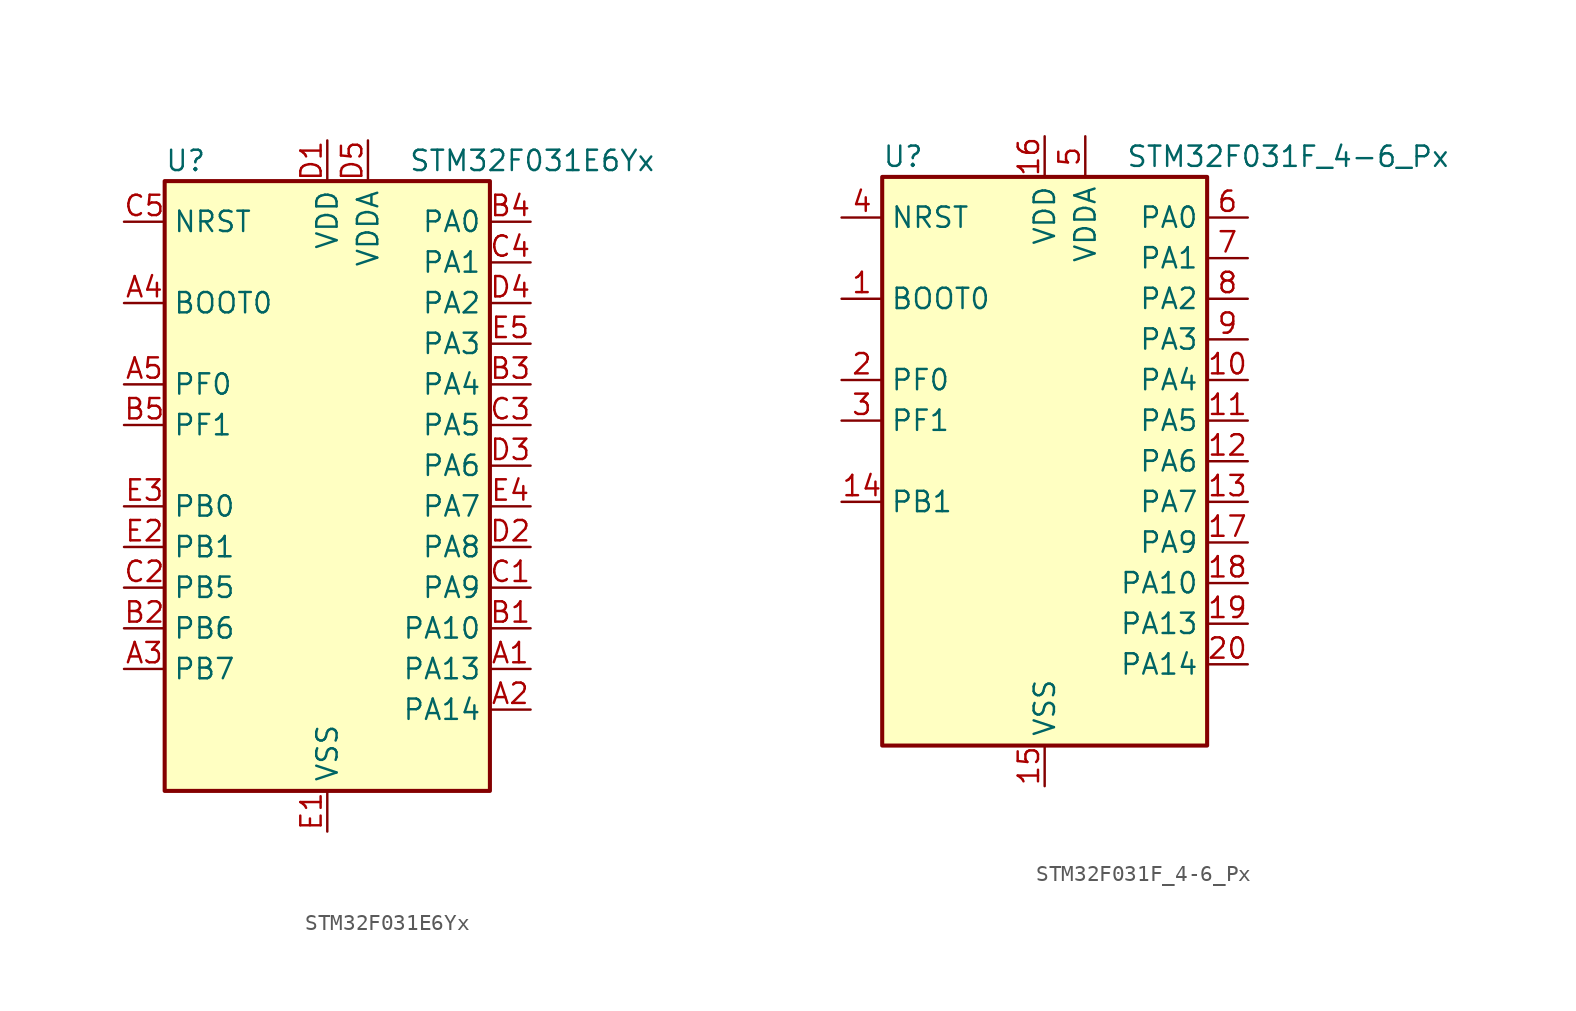
<source format=kicad_sym>
(kicad_symbol_lib
  (version 20231120)
  (generator "kicad_symbol_editor")
  (generator_version "8.0")
  (symbol "STM32F031E6Yx"
    (property "Reference" "U"
      (at -10.16 21.59 0)
      (effects (font (size 1.27 1.27)) (justify left)))
    (property "Value" "STM32F031E6Yx"
      (at 5.08 21.59 0)
      (effects (font (size 1.27 1.27)) (justify left)))
    (property "ki_locked" ""
      (at 0 0 0)
      (effects (font (size 1.27 1.27))))
    (symbol "STM32F031E6Yx_0_1"
      (rectangle (start -10.16 -17.78) (end 10.16 20.32) (stroke (width 0.254) (type default)) (fill (type background))))
    (symbol "STM32F031E6Yx_1_1"
      (pin bidirectional line (at 12.7 -10.16 180) (length 2.54) (name "PA13" (effects (font (size 1.27 1.27)))) (number "A1" (effects (font (size 1.27 1.27)))) (alternate "IR_OUT" bidirectional line) (alternate "SYS_SWDIO" bidirectional line))
      (pin bidirectional line (at 12.7 -12.7 180) (length 2.54) (name "PA14" (effects (font (size 1.27 1.27)))) (number "A2" (effects (font (size 1.27 1.27)))) (alternate "SYS_SWCLK" bidirectional line) (alternate "USART1_TX" bidirectional line))
      (pin bidirectional line (at -12.7 -10.16 0) (length 2.54) (name "PB7" (effects (font (size 1.27 1.27)))) (number "A3" (effects (font (size 1.27 1.27)))) (alternate "I2C1_SDA" bidirectional line) (alternate "TIM17_CH1N" bidirectional line) (alternate "USART1_RX" bidirectional line))
      (pin input line (at -12.7 12.7 0) (length 2.54) (name "BOOT0" (effects (font (size 1.27 1.27)))) (number "A4" (effects (font (size 1.27 1.27)))))
      (pin bidirectional line (at -12.7 7.62 0) (length 2.54) (name "PF0" (effects (font (size 1.27 1.27)))) (number "A5" (effects (font (size 1.27 1.27)))) (alternate "RCC_OSC_IN" bidirectional line))
      (pin bidirectional line (at 12.7 -7.62 180) (length 2.54) (name "PA10" (effects (font (size 1.27 1.27)))) (number "B1" (effects (font (size 1.27 1.27)))) (alternate "I2C1_SDA" bidirectional line) (alternate "TIM17_BKIN" bidirectional line) (alternate "TIM1_CH3" bidirectional line) (alternate "USART1_RX" bidirectional line))
      (pin bidirectional line (at -12.7 -7.62 0) (length 2.54) (name "PB6" (effects (font (size 1.27 1.27)))) (number "B2" (effects (font (size 1.27 1.27)))) (alternate "I2C1_SCL" bidirectional line) (alternate "TIM16_CH1N" bidirectional line) (alternate "USART1_TX" bidirectional line))
      (pin bidirectional line (at 12.7 7.62 180) (length 2.54) (name "PA4" (effects (font (size 1.27 1.27)))) (number "B3" (effects (font (size 1.27 1.27)))) (alternate "ADC_IN4" bidirectional line) (alternate "I2S1_WS" bidirectional line) (alternate "SPI1_NSS" bidirectional line) (alternate "TIM14_CH1" bidirectional line) (alternate "USART1_CK" bidirectional line))
      (pin bidirectional line (at 12.7 17.78 180) (length 2.54) (name "PA0" (effects (font (size 1.27 1.27)))) (number "B4" (effects (font (size 1.27 1.27)))) (alternate "ADC_IN0" bidirectional line) (alternate "RTC_TAMP2" bidirectional line) (alternate "SYS_WKUP1" bidirectional line) (alternate "TIM2_CH1" bidirectional line) (alternate "TIM2_ETR" bidirectional line) (alternate "USART1_CTS" bidirectional line))
      (pin bidirectional line (at -12.7 5.08 0) (length 2.54) (name "PF1" (effects (font (size 1.27 1.27)))) (number "B5" (effects (font (size 1.27 1.27)))) (alternate "RCC_OSC_OUT" bidirectional line))
      (pin bidirectional line (at 12.7 -5.08 180) (length 2.54) (name "PA9" (effects (font (size 1.27 1.27)))) (number "C1" (effects (font (size 1.27 1.27)))) (alternate "I2C1_SCL" bidirectional line) (alternate "TIM1_CH2" bidirectional line) (alternate "USART1_TX" bidirectional line))
      (pin bidirectional line (at -12.7 -5.08 0) (length 2.54) (name "PB5" (effects (font (size 1.27 1.27)))) (number "C2" (effects (font (size 1.27 1.27)))) (alternate "I2C1_SMBA" bidirectional line) (alternate "I2S1_SD" bidirectional line) (alternate "SPI1_MOSI" bidirectional line) (alternate "TIM16_BKIN" bidirectional line) (alternate "TIM3_CH2" bidirectional line))
      (pin bidirectional line (at 12.7 5.08 180) (length 2.54) (name "PA5" (effects (font (size 1.27 1.27)))) (number "C3" (effects (font (size 1.27 1.27)))) (alternate "ADC_IN5" bidirectional line) (alternate "I2S1_CK" bidirectional line) (alternate "SPI1_SCK" bidirectional line) (alternate "TIM2_CH1" bidirectional line) (alternate "TIM2_ETR" bidirectional line))
      (pin bidirectional line (at 12.7 15.24 180) (length 2.54) (name "PA1" (effects (font (size 1.27 1.27)))) (number "C4" (effects (font (size 1.27 1.27)))) (alternate "ADC_IN1" bidirectional line) (alternate "TIM2_CH2" bidirectional line) (alternate "USART1_DE" bidirectional line) (alternate "USART1_RTS" bidirectional line))
      (pin input line (at -12.7 17.78 0) (length 2.54) (name "NRST" (effects (font (size 1.27 1.27)))) (number "C5" (effects (font (size 1.27 1.27)))))
      (pin power_in line (at 0 22.86 270) (length 2.54) (name "VDD" (effects (font (size 1.27 1.27)))) (number "D1" (effects (font (size 1.27 1.27)))))
      (pin bidirectional line (at 12.7 -2.54 180) (length 2.54) (name "PA8" (effects (font (size 1.27 1.27)))) (number "D2" (effects (font (size 1.27 1.27)))) (alternate "RCC_MCO" bidirectional line) (alternate "TIM1_CH1" bidirectional line) (alternate "USART1_CK" bidirectional line))
      (pin bidirectional line (at 12.7 2.54 180) (length 2.54) (name "PA6" (effects (font (size 1.27 1.27)))) (number "D3" (effects (font (size 1.27 1.27)))) (alternate "ADC_IN6" bidirectional line) (alternate "I2S1_MCK" bidirectional line) (alternate "SPI1_MISO" bidirectional line) (alternate "TIM16_CH1" bidirectional line) (alternate "TIM1_BKIN" bidirectional line) (alternate "TIM3_CH1" bidirectional line))
      (pin bidirectional line (at 12.7 12.7 180) (length 2.54) (name "PA2" (effects (font (size 1.27 1.27)))) (number "D4" (effects (font (size 1.27 1.27)))) (alternate "ADC_IN2" bidirectional line) (alternate "TIM2_CH3" bidirectional line) (alternate "USART1_TX" bidirectional line))
      (pin power_in line (at 2.54 22.86 270) (length 2.54) (name "VDDA" (effects (font (size 1.27 1.27)))) (number "D5" (effects (font (size 1.27 1.27)))))
      (pin power_in line (at 0 -20.32 90) (length 2.54) (name "VSS" (effects (font (size 1.27 1.27)))) (number "E1" (effects (font (size 1.27 1.27)))))
      (pin bidirectional line (at -12.7 -2.54 0) (length 2.54) (name "PB1" (effects (font (size 1.27 1.27)))) (number "E2" (effects (font (size 1.27 1.27)))) (alternate "ADC_IN9" bidirectional line) (alternate "TIM14_CH1" bidirectional line) (alternate "TIM1_CH3N" bidirectional line) (alternate "TIM3_CH4" bidirectional line))
      (pin bidirectional line (at -12.7 0 0) (length 2.54) (name "PB0" (effects (font (size 1.27 1.27)))) (number "E3" (effects (font (size 1.27 1.27)))) (alternate "ADC_IN8" bidirectional line) (alternate "TIM1_CH2N" bidirectional line) (alternate "TIM3_CH3" bidirectional line))
      (pin bidirectional line (at 12.7 0 180) (length 2.54) (name "PA7" (effects (font (size 1.27 1.27)))) (number "E4" (effects (font (size 1.27 1.27)))) (alternate "ADC_IN7" bidirectional line) (alternate "I2S1_SD" bidirectional line) (alternate "SPI1_MOSI" bidirectional line) (alternate "TIM14_CH1" bidirectional line) (alternate "TIM17_CH1" bidirectional line) (alternate "TIM1_CH1N" bidirectional line) (alternate "TIM3_CH2" bidirectional line))
      (pin bidirectional line (at 12.7 10.16 180) (length 2.54) (name "PA3" (effects (font (size 1.27 1.27)))) (number "E5" (effects (font (size 1.27 1.27)))) (alternate "ADC_IN3" bidirectional line) (alternate "TIM2_CH4" bidirectional line) (alternate "USART1_RX" bidirectional line))))
  (symbol "STM32F031F_4-6_Px"
    (property "Reference" "U"
      (at -10.16 19.05 0)
      (effects (font (size 1.27 1.27)) (justify left)))
    (property "Value" "STM32F031F_4-6_Px"
      (at 5.08 19.05 0)
      (effects (font (size 1.27 1.27)) (justify left)))
    (property "ki_locked" ""
      (at 0 0 0)
      (effects (font (size 1.27 1.27))))
    (symbol "STM32F031F_4-6_Px_0_1"
      (rectangle (start -10.16 -17.78) (end 10.16 17.78) (stroke (width 0.254) (type default)) (fill (type background))))
    (symbol "STM32F031F_4-6_Px_1_1"
      (pin input line (at -12.7 10.16 0) (length 2.54) (name "BOOT0" (effects (font (size 1.27 1.27)))) (number "1" (effects (font (size 1.27 1.27)))))
      (pin bidirectional line (at 12.7 5.08 180) (length 2.54) (name "PA4" (effects (font (size 1.27 1.27)))) (number "10" (effects (font (size 1.27 1.27)))) (alternate "ADC_IN4" bidirectional line) (alternate "I2S1_WS" bidirectional line) (alternate "SPI1_NSS" bidirectional line) (alternate "TIM14_CH1" bidirectional line) (alternate "USART1_CK" bidirectional line))
      (pin bidirectional line (at 12.7 2.54 180) (length 2.54) (name "PA5" (effects (font (size 1.27 1.27)))) (number "11" (effects (font (size 1.27 1.27)))) (alternate "ADC_IN5" bidirectional line) (alternate "I2S1_CK" bidirectional line) (alternate "SPI1_SCK" bidirectional line) (alternate "TIM2_CH1" bidirectional line) (alternate "TIM2_ETR" bidirectional line))
      (pin bidirectional line (at 12.7 0 180) (length 2.54) (name "PA6" (effects (font (size 1.27 1.27)))) (number "12" (effects (font (size 1.27 1.27)))) (alternate "ADC_IN6" bidirectional line) (alternate "I2S1_MCK" bidirectional line) (alternate "SPI1_MISO" bidirectional line) (alternate "TIM16_CH1" bidirectional line) (alternate "TIM1_BKIN" bidirectional line) (alternate "TIM3_CH1" bidirectional line))
      (pin bidirectional line (at 12.7 -2.54 180) (length 2.54) (name "PA7" (effects (font (size 1.27 1.27)))) (number "13" (effects (font (size 1.27 1.27)))) (alternate "ADC_IN7" bidirectional line) (alternate "I2S1_SD" bidirectional line) (alternate "SPI1_MOSI" bidirectional line) (alternate "TIM14_CH1" bidirectional line) (alternate "TIM17_CH1" bidirectional line) (alternate "TIM1_CH1N" bidirectional line) (alternate "TIM3_CH2" bidirectional line))
      (pin bidirectional line (at -12.7 -2.54 0) (length 2.54) (name "PB1" (effects (font (size 1.27 1.27)))) (number "14" (effects (font (size 1.27 1.27)))) (alternate "ADC_IN9" bidirectional line) (alternate "TIM14_CH1" bidirectional line) (alternate "TIM1_CH3N" bidirectional line) (alternate "TIM3_CH4" bidirectional line))
      (pin power_in line (at 0 -20.32 90) (length 2.54) (name "VSS" (effects (font (size 1.27 1.27)))) (number "15" (effects (font (size 1.27 1.27)))))
      (pin power_in line (at 0 20.32 270) (length 2.54) (name "VDD" (effects (font (size 1.27 1.27)))) (number "16" (effects (font (size 1.27 1.27)))))
      (pin bidirectional line (at 12.7 -5.08 180) (length 2.54) (name "PA9" (effects (font (size 1.27 1.27)))) (number "17" (effects (font (size 1.27 1.27)))) (alternate "I2C1_SCL" bidirectional line) (alternate "TIM1_CH2" bidirectional line) (alternate "USART1_TX" bidirectional line))
      (pin bidirectional line (at 12.7 -7.62 180) (length 2.54) (name "PA10" (effects (font (size 1.27 1.27)))) (number "18" (effects (font (size 1.27 1.27)))) (alternate "I2C1_SDA" bidirectional line) (alternate "TIM17_BKIN" bidirectional line) (alternate "TIM1_CH3" bidirectional line) (alternate "USART1_RX" bidirectional line))
      (pin bidirectional line (at 12.7 -10.16 180) (length 2.54) (name "PA13" (effects (font (size 1.27 1.27)))) (number "19" (effects (font (size 1.27 1.27)))) (alternate "IR_OUT" bidirectional line) (alternate "SYS_SWDIO" bidirectional line))
      (pin bidirectional line (at -12.7 5.08 0) (length 2.54) (name "PF0" (effects (font (size 1.27 1.27)))) (number "2" (effects (font (size 1.27 1.27)))) (alternate "RCC_OSC_IN" bidirectional line))
      (pin bidirectional line (at 12.7 -12.7 180) (length 2.54) (name "PA14" (effects (font (size 1.27 1.27)))) (number "20" (effects (font (size 1.27 1.27)))) (alternate "SYS_SWCLK" bidirectional line) (alternate "USART1_TX" bidirectional line))
      (pin bidirectional line (at -12.7 2.54 0) (length 2.54) (name "PF1" (effects (font (size 1.27 1.27)))) (number "3" (effects (font (size 1.27 1.27)))) (alternate "RCC_OSC_OUT" bidirectional line))
      (pin input line (at -12.7 15.24 0) (length 2.54) (name "NRST" (effects (font (size 1.27 1.27)))) (number "4" (effects (font (size 1.27 1.27)))))
      (pin power_in line (at 2.54 20.32 270) (length 2.54) (name "VDDA" (effects (font (size 1.27 1.27)))) (number "5" (effects (font (size 1.27 1.27)))))
      (pin bidirectional line (at 12.7 15.24 180) (length 2.54) (name "PA0" (effects (font (size 1.27 1.27)))) (number "6" (effects (font (size 1.27 1.27)))) (alternate "ADC_IN0" bidirectional line) (alternate "RTC_TAMP2" bidirectional line) (alternate "SYS_WKUP1" bidirectional line) (alternate "TIM2_CH1" bidirectional line) (alternate "TIM2_ETR" bidirectional line) (alternate "USART1_CTS" bidirectional line))
      (pin bidirectional line (at 12.7 12.7 180) (length 2.54) (name "PA1" (effects (font (size 1.27 1.27)))) (number "7" (effects (font (size 1.27 1.27)))) (alternate "ADC_IN1" bidirectional line) (alternate "TIM2_CH2" bidirectional line) (alternate "USART1_DE" bidirectional line) (alternate "USART1_RTS" bidirectional line))
      (pin bidirectional line (at 12.7 10.16 180) (length 2.54) (name "PA2" (effects (font (size 1.27 1.27)))) (number "8" (effects (font (size 1.27 1.27)))) (alternate "ADC_IN2" bidirectional line) (alternate "TIM2_CH3" bidirectional line) (alternate "USART1_TX" bidirectional line))
      (pin bidirectional line (at 12.7 7.62 180) (length 2.54) (name "PA3" (effects (font (size 1.27 1.27)))) (number "9" (effects (font (size 1.27 1.27)))) (alternate "ADC_IN3" bidirectional line) (alternate "TIM2_CH4" bidirectional line) (alternate "USART1_RX" bidirectional line)))))
</source>
